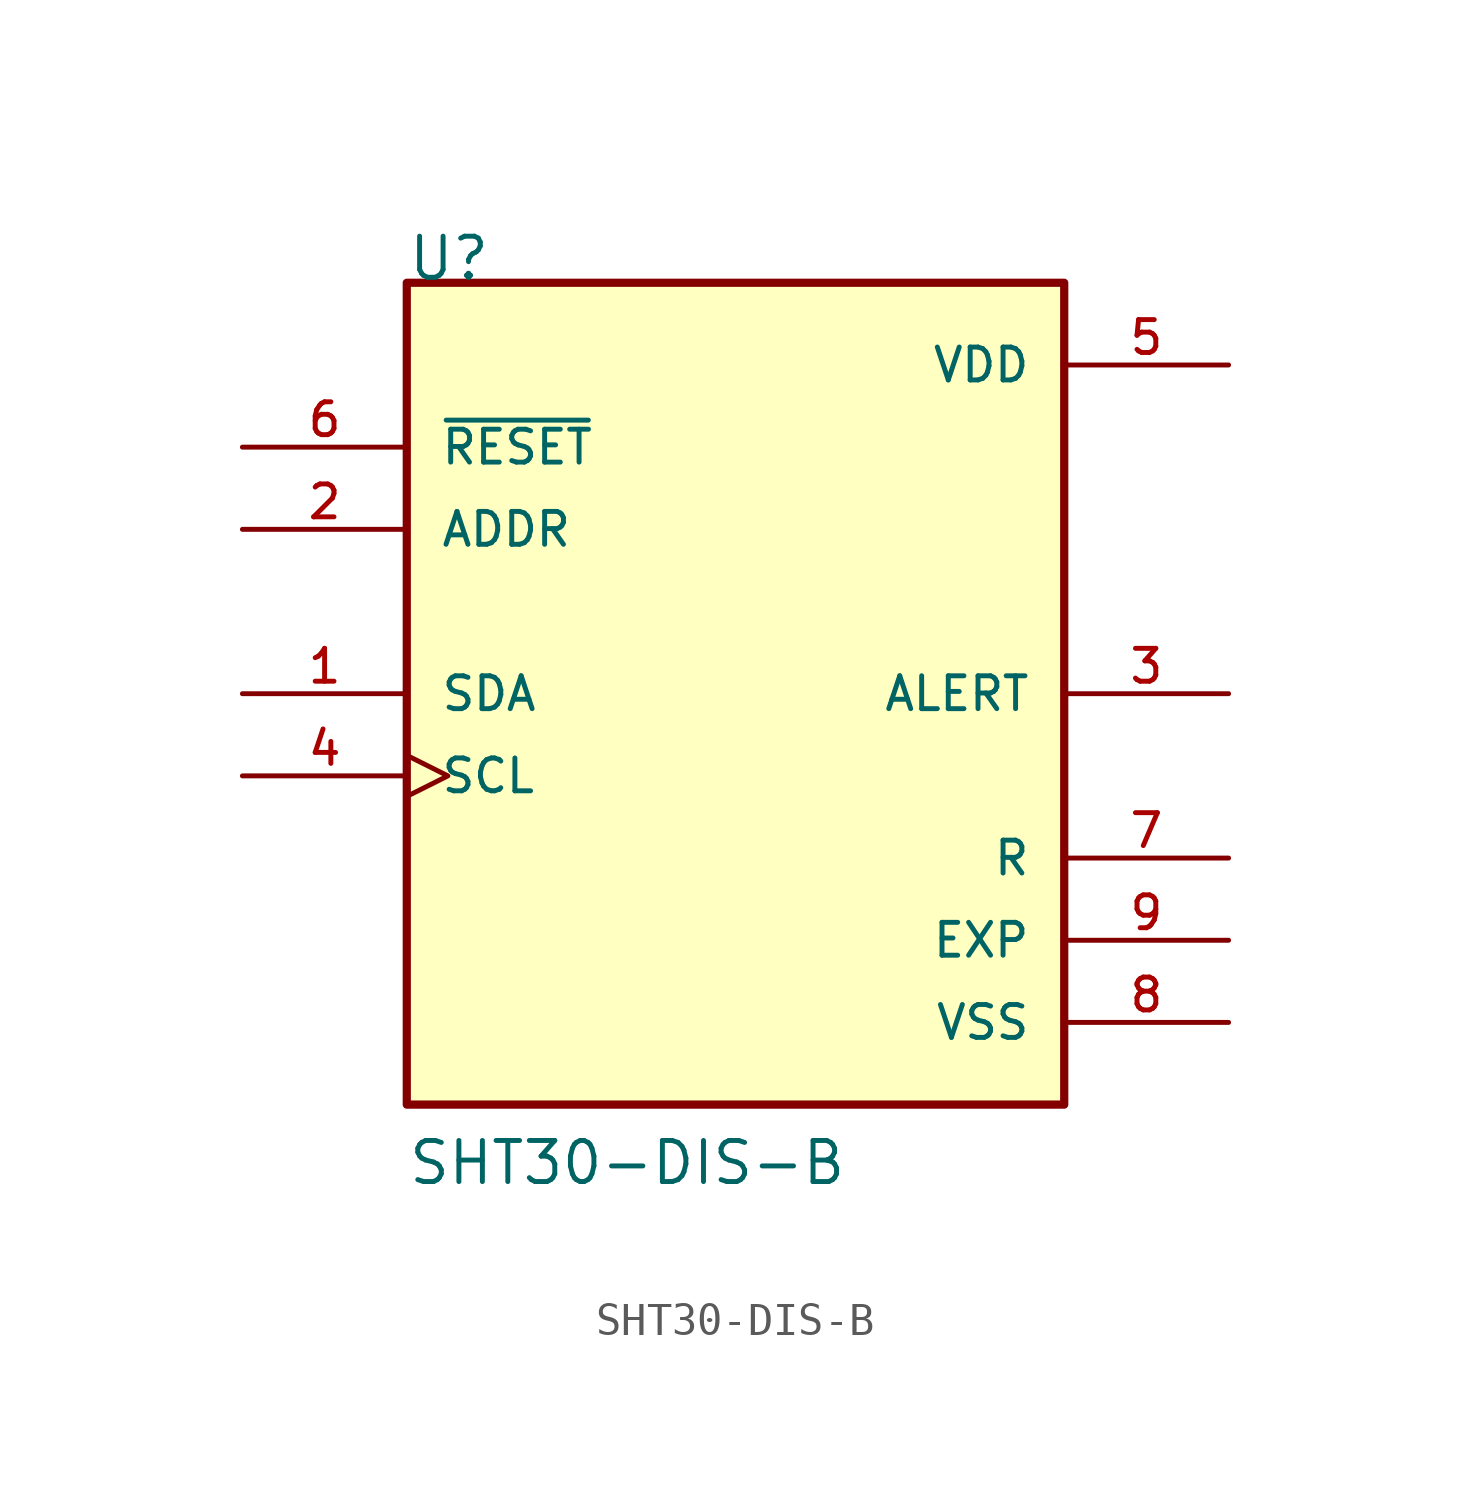
<source format=kicad_sym>
(kicad_symbol_lib
  (version 20211014)
  (generator kicad_symbol_editor)
  (symbol "SHT30-DIS-B"
    (pin_names
      (offset 1.016))
    (property "Reference" "U"
      (at -10.166 12.707 0)
      (effects (font (size 1.27 1.27)) (justify bottom left)))
    (property "Value" "SHT30-DIS-B"
      (at -10.161 -15.242 0)
      (effects (font (size 1.27 1.27)) (justify bottom left)))
    (symbol "SHT30-DIS-B_0_0"
      (rectangle (start -10.16 -12.7) (end 10.16 12.7) (stroke (width 0.254)) (fill (type background)))
      (pin bidirectional line (at -15.24 0.0 0) (length 5.08) (name "SDA" (effects (font (size 1.016 1.016)))) (number "1" (effects (font (size 1.016 1.016)))))
      (pin input line (at -15.24 5.08 0) (length 5.08) (name "ADDR" (effects (font (size 1.016 1.016)))) (number "2" (effects (font (size 1.016 1.016)))))
      (pin output line (at 15.24 0.0 180.0) (length 5.08) (name "ALERT" (effects (font (size 1.016 1.016)))) (number "3" (effects (font (size 1.016 1.016)))))
      (pin bidirectional clock (at -15.24 -2.54 0) (length 5.08) (name "SCL" (effects (font (size 1.016 1.016)))) (number "4" (effects (font (size 1.016 1.016)))))
      (pin power_in line (at 15.24 10.16 180.0) (length 5.08) (name "VDD" (effects (font (size 1.016 1.016)))) (number "5" (effects (font (size 1.016 1.016)))))
      (pin input line (at -15.24 7.62 0) (length 5.08) (name "~{RESET}" (effects (font (size 1.016 1.016)))) (number "6" (effects (font (size 1.016 1.016)))))
      (pin passive line (at 15.24 -5.08 180.0) (length 5.08) (name "R" (effects (font (size 1.016 1.016)))) (number "7" (effects (font (size 1.016 1.016)))))
      (pin passive line (at 15.24 -7.62 180.0) (length 5.08) (name "EXP" (effects (font (size 1.016 1.016)))) (number "9" (effects (font (size 1.016 1.016)))))
      (pin passive line (at 15.24 -10.16 180.0) (length 5.08) (name "VSS" (effects (font (size 1.016 1.016)))) (number "8" (effects (font (size 1.016 1.016))))))))
</source>
